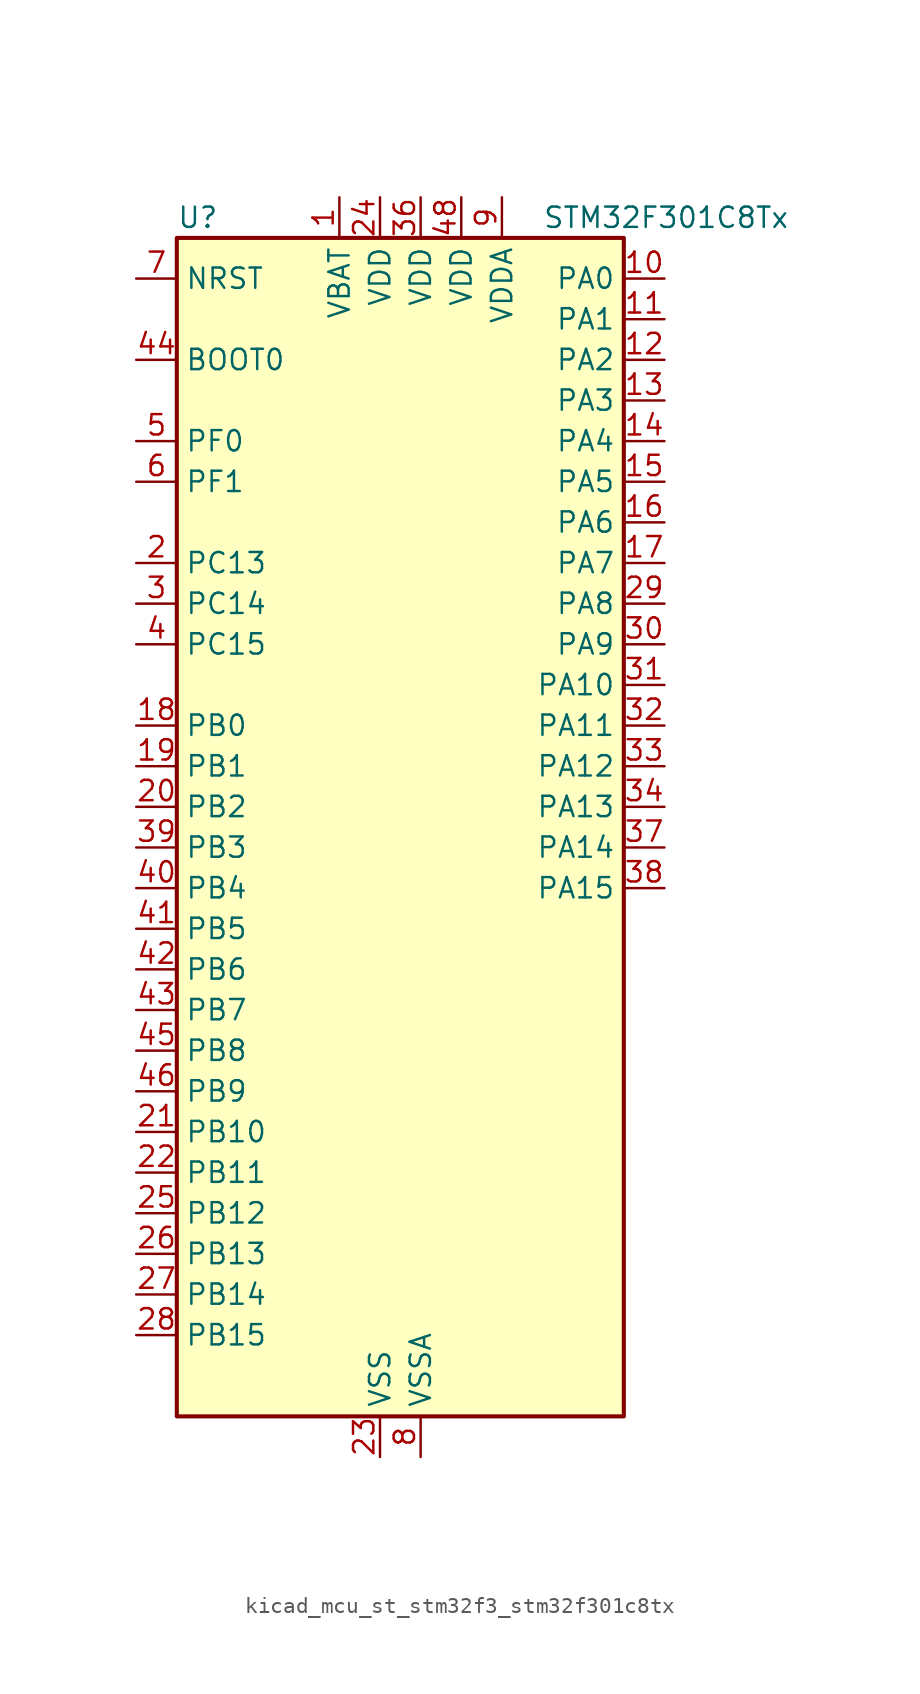
<source format=kicad_sym>
(kicad_symbol_lib
  (version 20220914)
  (generator kicad_symbol_editor)
  (symbol "kicad_mcu_st_stm32f3_stm32f301c8tx"
    (property "Reference" "U"
      (at -12.7 39.37 0)
      (effects (font (size 1.27 1.27)) (justify left)))
    (property "Value" "STM32F301C8Tx"
      (at 10.16 39.37 0)
      (effects (font (size 1.27 1.27)) (justify left)))
    (property "ki_locked" ""
      (at 0 0 0)
      (effects (font (size 1.27 1.27))))
    (symbol "kicad_mcu_st_stm32f3_stm32f301c8tx_0_1"
      (rectangle (start -12.7 -35.56) (end 15.24 38.1) (stroke (width 0.254) (type default)) (fill (type background))))
    (symbol "kicad_mcu_st_stm32f3_stm32f301c8tx_1_1"
      (pin power_in line (at -2.54 40.64 270) (length 2.54) (name "VBAT" (effects (font (size 1.27 1.27)))) (number "1" (effects (font (size 1.27 1.27)))))
      (pin bidirectional line (at 17.78 35.56 180) (length 2.54) (name "PA0" (effects (font (size 1.27 1.27)))) (number "10" (effects (font (size 1.27 1.27)))) (alternate "ADC1_IN1" bidirectional line) (alternate "RTC_TAMP2" bidirectional line) (alternate "SYS_WKUP1" bidirectional line) (alternate "TIM2_CH1" bidirectional line) (alternate "TIM2_ETR" bidirectional line) (alternate "TSC_G1_IO1" bidirectional line) (alternate "USART2_CTS" bidirectional line))
      (pin bidirectional line (at 17.78 33.02 180) (length 2.54) (name "PA1" (effects (font (size 1.27 1.27)))) (number "11" (effects (font (size 1.27 1.27)))) (alternate "ADC1_IN2" bidirectional line) (alternate "RTC_REFIN" bidirectional line) (alternate "TIM15_CH1N" bidirectional line) (alternate "TIM2_CH2" bidirectional line) (alternate "TSC_G1_IO2" bidirectional line) (alternate "USART2_DE" bidirectional line) (alternate "USART2_RTS" bidirectional line))
      (pin bidirectional line (at 17.78 30.48 180) (length 2.54) (name "PA2" (effects (font (size 1.27 1.27)))) (number "12" (effects (font (size 1.27 1.27)))) (alternate "ADC1_IN3" bidirectional line) (alternate "COMP2_INM" bidirectional line) (alternate "COMP2_OUT" bidirectional line) (alternate "TIM15_CH1" bidirectional line) (alternate "TIM2_CH3" bidirectional line) (alternate "TSC_G1_IO3" bidirectional line) (alternate "USART2_TX" bidirectional line))
      (pin bidirectional line (at 17.78 27.94 180) (length 2.54) (name "PA3" (effects (font (size 1.27 1.27)))) (number "13" (effects (font (size 1.27 1.27)))) (alternate "ADC1_IN4" bidirectional line) (alternate "TIM15_CH2" bidirectional line) (alternate "TIM2_CH4" bidirectional line) (alternate "TSC_G1_IO4" bidirectional line) (alternate "USART2_RX" bidirectional line))
      (pin bidirectional line (at 17.78 25.4 180) (length 2.54) (name "PA4" (effects (font (size 1.27 1.27)))) (number "14" (effects (font (size 1.27 1.27)))) (alternate "ADC1_IN5" bidirectional line) (alternate "COMP2_INM" bidirectional line) (alternate "COMP4_INM" bidirectional line) (alternate "COMP6_INM" bidirectional line) (alternate "DAC_OUT1" bidirectional line) (alternate "I2S3_WS" bidirectional line) (alternate "SPI3_NSS" bidirectional line) (alternate "TSC_G2_IO1" bidirectional line) (alternate "USART2_CK" bidirectional line))
      (pin bidirectional line (at 17.78 22.86 180) (length 2.54) (name "PA5" (effects (font (size 1.27 1.27)))) (number "15" (effects (font (size 1.27 1.27)))) (alternate "OPAMP2_VINM" bidirectional line) (alternate "OPAMP2_VINM_SEC" bidirectional line) (alternate "TIM2_CH1" bidirectional line) (alternate "TIM2_ETR" bidirectional line) (alternate "TSC_G2_IO2" bidirectional line))
      (pin bidirectional line (at 17.78 20.32 180) (length 2.54) (name "PA6" (effects (font (size 1.27 1.27)))) (number "16" (effects (font (size 1.27 1.27)))) (alternate "ADC1_IN10" bidirectional line) (alternate "OPAMP2_VOUT" bidirectional line) (alternate "TIM16_CH1" bidirectional line) (alternate "TIM1_BKIN" bidirectional line) (alternate "TSC_G2_IO3" bidirectional line))
      (pin bidirectional line (at 17.78 17.78 180) (length 2.54) (name "PA7" (effects (font (size 1.27 1.27)))) (number "17" (effects (font (size 1.27 1.27)))) (alternate "ADC1_IN15" bidirectional line) (alternate "COMP2_INP" bidirectional line) (alternate "OPAMP2_VINP" bidirectional line) (alternate "OPAMP2_VINP_SEC" bidirectional line) (alternate "TIM17_CH1" bidirectional line) (alternate "TIM1_CH1N" bidirectional line) (alternate "TSC_G2_IO4" bidirectional line))
      (pin bidirectional line (at -15.24 7.62 0) (length 2.54) (name "PB0" (effects (font (size 1.27 1.27)))) (number "18" (effects (font (size 1.27 1.27)))) (alternate "ADC1_IN11" bidirectional line) (alternate "COMP4_INP" bidirectional line) (alternate "OPAMP2_VINP" bidirectional line) (alternate "OPAMP2_VINP_SEC" bidirectional line) (alternate "TIM1_CH2N" bidirectional line) (alternate "TSC_G3_IO2" bidirectional line))
      (pin bidirectional line (at -15.24 5.08 0) (length 2.54) (name "PB1" (effects (font (size 1.27 1.27)))) (number "19" (effects (font (size 1.27 1.27)))) (alternate "ADC1_IN12" bidirectional line) (alternate "COMP4_OUT" bidirectional line) (alternate "TIM1_CH3N" bidirectional line) (alternate "TSC_G3_IO3" bidirectional line))
      (pin bidirectional line (at -15.24 17.78 0) (length 2.54) (name "PC13" (effects (font (size 1.27 1.27)))) (number "2" (effects (font (size 1.27 1.27)))) (alternate "RTC_OUT_ALARM" bidirectional line) (alternate "RTC_OUT_CALIB" bidirectional line) (alternate "RTC_TAMP1" bidirectional line) (alternate "RTC_TS" bidirectional line) (alternate "SYS_WKUP2" bidirectional line) (alternate "TIM1_CH1N" bidirectional line))
      (pin bidirectional line (at -15.24 2.54 0) (length 2.54) (name "PB2" (effects (font (size 1.27 1.27)))) (number "20" (effects (font (size 1.27 1.27)))) (alternate "COMP4_INM" bidirectional line) (alternate "TSC_G3_IO4" bidirectional line))
      (pin bidirectional line (at -15.24 -17.78 0) (length 2.54) (name "PB10" (effects (font (size 1.27 1.27)))) (number "21" (effects (font (size 1.27 1.27)))) (alternate "TIM2_CH3" bidirectional line) (alternate "TSC_SYNC" bidirectional line) (alternate "USART3_TX" bidirectional line))
      (pin bidirectional line (at -15.24 -20.32 0) (length 2.54) (name "PB11" (effects (font (size 1.27 1.27)))) (number "22" (effects (font (size 1.27 1.27)))) (alternate "ADC1_EXTI11" bidirectional line) (alternate "ADC1_IN14" bidirectional line) (alternate "COMP6_INP" bidirectional line) (alternate "TIM2_CH4" bidirectional line) (alternate "TSC_G6_IO1" bidirectional line) (alternate "USART3_RX" bidirectional line))
      (pin power_in line (at 0 -38.1 90) (length 2.54) (name "VSS" (effects (font (size 1.27 1.27)))) (number "23" (effects (font (size 1.27 1.27)))))
      (pin power_in line (at 0 40.64 270) (length 2.54) (name "VDD" (effects (font (size 1.27 1.27)))) (number "24" (effects (font (size 1.27 1.27)))))
      (pin bidirectional line (at -15.24 -22.86 0) (length 2.54) (name "PB12" (effects (font (size 1.27 1.27)))) (number "25" (effects (font (size 1.27 1.27)))) (alternate "I2C2_SMBA" bidirectional line) (alternate "I2S2_WS" bidirectional line) (alternate "SPI2_NSS" bidirectional line) (alternate "TIM1_BKIN" bidirectional line) (alternate "TSC_G6_IO2" bidirectional line) (alternate "USART3_CK" bidirectional line))
      (pin bidirectional line (at -15.24 -25.4 0) (length 2.54) (name "PB13" (effects (font (size 1.27 1.27)))) (number "26" (effects (font (size 1.27 1.27)))) (alternate "ADC1_IN13" bidirectional line) (alternate "I2S2_CK" bidirectional line) (alternate "SPI2_SCK" bidirectional line) (alternate "TIM1_CH1N" bidirectional line) (alternate "TSC_G6_IO3" bidirectional line) (alternate "USART3_CTS" bidirectional line))
      (pin bidirectional line (at -15.24 -27.94 0) (length 2.54) (name "PB14" (effects (font (size 1.27 1.27)))) (number "27" (effects (font (size 1.27 1.27)))) (alternate "I2S2_ext_SD" bidirectional line) (alternate "OPAMP2_VINP" bidirectional line) (alternate "OPAMP2_VINP_SEC" bidirectional line) (alternate "SPI2_MISO" bidirectional line) (alternate "TIM15_CH1" bidirectional line) (alternate "TIM1_CH2N" bidirectional line) (alternate "TSC_G6_IO4" bidirectional line) (alternate "USART3_DE" bidirectional line) (alternate "USART3_RTS" bidirectional line))
      (pin bidirectional line (at -15.24 -30.48 0) (length 2.54) (name "PB15" (effects (font (size 1.27 1.27)))) (number "28" (effects (font (size 1.27 1.27)))) (alternate "ADC1_EXTI15" bidirectional line) (alternate "COMP6_INM" bidirectional line) (alternate "I2S2_SD" bidirectional line) (alternate "RTC_REFIN" bidirectional line) (alternate "SPI2_MOSI" bidirectional line) (alternate "TIM15_CH1N" bidirectional line) (alternate "TIM15_CH2" bidirectional line) (alternate "TIM1_CH3N" bidirectional line))
      (pin bidirectional line (at 17.78 15.24 180) (length 2.54) (name "PA8" (effects (font (size 1.27 1.27)))) (number "29" (effects (font (size 1.27 1.27)))) (alternate "I2C2_SMBA" bidirectional line) (alternate "I2C3_SCL" bidirectional line) (alternate "I2S2_MCK" bidirectional line) (alternate "RCC_MCO" bidirectional line) (alternate "TIM1_CH1" bidirectional line) (alternate "USART1_CK" bidirectional line))
      (pin bidirectional line (at -15.24 15.24 0) (length 2.54) (name "PC14" (effects (font (size 1.27 1.27)))) (number "3" (effects (font (size 1.27 1.27)))) (alternate "RCC_OSC32_IN" bidirectional line))
      (pin bidirectional line (at 17.78 12.7 180) (length 2.54) (name "PA9" (effects (font (size 1.27 1.27)))) (number "30" (effects (font (size 1.27 1.27)))) (alternate "DAC_EXTI9" bidirectional line) (alternate "I2C2_SCL" bidirectional line) (alternate "I2C3_SMBA" bidirectional line) (alternate "I2S3_MCK" bidirectional line) (alternate "TIM15_BKIN" bidirectional line) (alternate "TIM1_CH2" bidirectional line) (alternate "TIM2_CH3" bidirectional line) (alternate "TSC_G4_IO1" bidirectional line) (alternate "USART1_TX" bidirectional line))
      (pin bidirectional line (at 17.78 10.16 180) (length 2.54) (name "PA10" (effects (font (size 1.27 1.27)))) (number "31" (effects (font (size 1.27 1.27)))) (alternate "COMP6_OUT" bidirectional line) (alternate "I2C2_SDA" bidirectional line) (alternate "I2S2_ext_SD" bidirectional line) (alternate "SPI2_MISO" bidirectional line) (alternate "TIM17_BKIN" bidirectional line) (alternate "TIM1_CH3" bidirectional line) (alternate "TIM2_CH4" bidirectional line) (alternate "TSC_G4_IO2" bidirectional line) (alternate "USART1_RX" bidirectional line))
      (pin bidirectional line (at 17.78 7.62 180) (length 2.54) (name "PA11" (effects (font (size 1.27 1.27)))) (number "32" (effects (font (size 1.27 1.27)))) (alternate "ADC1_EXTI11" bidirectional line) (alternate "I2S2_SD" bidirectional line) (alternate "SPI2_MOSI" bidirectional line) (alternate "TIM1_BKIN2" bidirectional line) (alternate "TIM1_CH1N" bidirectional line) (alternate "TIM1_CH4" bidirectional line) (alternate "USART1_CTS" bidirectional line))
      (pin bidirectional line (at 17.78 5.08 180) (length 2.54) (name "PA12" (effects (font (size 1.27 1.27)))) (number "33" (effects (font (size 1.27 1.27)))) (alternate "COMP2_OUT" bidirectional line) (alternate "I2S_CKIN" bidirectional line) (alternate "TIM16_CH1" bidirectional line) (alternate "TIM1_CH2N" bidirectional line) (alternate "TIM1_ETR" bidirectional line) (alternate "USART1_DE" bidirectional line) (alternate "USART1_RTS" bidirectional line))
      (pin bidirectional line (at 17.78 2.54 180) (length 2.54) (name "PA13" (effects (font (size 1.27 1.27)))) (number "34" (effects (font (size 1.27 1.27)))) (alternate "IR_OUT" bidirectional line) (alternate "SYS_JTMS-SWDIO" bidirectional line) (alternate "TIM16_CH1N" bidirectional line) (alternate "TSC_G4_IO3" bidirectional line) (alternate "USART3_CTS" bidirectional line))
      (pin passive line (at 0 -38.1 90) (length 2.54) hide (name "VSS" (effects (font (size 1.27 1.27)))) (number "35" (effects (font (size 1.27 1.27)))))
      (pin power_in line (at 2.54 40.64 270) (length 2.54) (name "VDD" (effects (font (size 1.27 1.27)))) (number "36" (effects (font (size 1.27 1.27)))))
      (pin bidirectional line (at 17.78 0 180) (length 2.54) (name "PA14" (effects (font (size 1.27 1.27)))) (number "37" (effects (font (size 1.27 1.27)))) (alternate "I2C1_SDA" bidirectional line) (alternate "SYS_JTCK-SWCLK" bidirectional line) (alternate "TIM1_BKIN" bidirectional line) (alternate "TSC_G4_IO4" bidirectional line) (alternate "USART2_TX" bidirectional line))
      (pin bidirectional line (at 17.78 -2.54 180) (length 2.54) (name "PA15" (effects (font (size 1.27 1.27)))) (number "38" (effects (font (size 1.27 1.27)))) (alternate "ADC1_EXTI15" bidirectional line) (alternate "I2C1_SCL" bidirectional line) (alternate "I2S3_WS" bidirectional line) (alternate "SPI3_NSS" bidirectional line) (alternate "SYS_JTDI" bidirectional line) (alternate "TIM1_BKIN" bidirectional line) (alternate "TIM2_CH1" bidirectional line) (alternate "TIM2_ETR" bidirectional line) (alternate "TSC_SYNC" bidirectional line) (alternate "USART2_RX" bidirectional line))
      (pin bidirectional line (at -15.24 0 0) (length 2.54) (name "PB3" (effects (font (size 1.27 1.27)))) (number "39" (effects (font (size 1.27 1.27)))) (alternate "I2S3_CK" bidirectional line) (alternate "SPI3_SCK" bidirectional line) (alternate "SYS_JTDO-TRACESWO" bidirectional line) (alternate "TIM2_CH2" bidirectional line) (alternate "TSC_G5_IO1" bidirectional line) (alternate "USART2_TX" bidirectional line))
      (pin bidirectional line (at -15.24 12.7 0) (length 2.54) (name "PC15" (effects (font (size 1.27 1.27)))) (number "4" (effects (font (size 1.27 1.27)))) (alternate "ADC1_EXTI15" bidirectional line) (alternate "RCC_OSC32_OUT" bidirectional line))
      (pin bidirectional line (at -15.24 -2.54 0) (length 2.54) (name "PB4" (effects (font (size 1.27 1.27)))) (number "40" (effects (font (size 1.27 1.27)))) (alternate "I2S3_ext_SD" bidirectional line) (alternate "SPI3_MISO" bidirectional line) (alternate "SYS_NJTRST" bidirectional line) (alternate "TIM16_CH1" bidirectional line) (alternate "TIM17_BKIN" bidirectional line) (alternate "TSC_G5_IO2" bidirectional line) (alternate "USART2_RX" bidirectional line))
      (pin bidirectional line (at -15.24 -5.08 0) (length 2.54) (name "PB5" (effects (font (size 1.27 1.27)))) (number "41" (effects (font (size 1.27 1.27)))) (alternate "I2C1_SMBA" bidirectional line) (alternate "I2C3_SDA" bidirectional line) (alternate "I2S3_SD" bidirectional line) (alternate "SPI3_MOSI" bidirectional line) (alternate "TIM16_BKIN" bidirectional line) (alternate "TIM17_CH1" bidirectional line) (alternate "USART2_CK" bidirectional line))
      (pin bidirectional line (at -15.24 -7.62 0) (length 2.54) (name "PB6" (effects (font (size 1.27 1.27)))) (number "42" (effects (font (size 1.27 1.27)))) (alternate "I2C1_SCL" bidirectional line) (alternate "TIM16_CH1N" bidirectional line) (alternate "TSC_G5_IO3" bidirectional line) (alternate "USART1_TX" bidirectional line))
      (pin bidirectional line (at -15.24 -10.16 0) (length 2.54) (name "PB7" (effects (font (size 1.27 1.27)))) (number "43" (effects (font (size 1.27 1.27)))) (alternate "I2C1_SDA" bidirectional line) (alternate "TIM17_CH1N" bidirectional line) (alternate "TSC_G5_IO4" bidirectional line) (alternate "USART1_RX" bidirectional line))
      (pin input line (at -15.24 30.48 0) (length 2.54) (name "BOOT0" (effects (font (size 1.27 1.27)))) (number "44" (effects (font (size 1.27 1.27)))))
      (pin bidirectional line (at -15.24 -12.7 0) (length 2.54) (name "PB8" (effects (font (size 1.27 1.27)))) (number "45" (effects (font (size 1.27 1.27)))) (alternate "I2C1_SCL" bidirectional line) (alternate "TIM16_CH1" bidirectional line) (alternate "TIM1_BKIN" bidirectional line) (alternate "TSC_SYNC" bidirectional line) (alternate "USART3_RX" bidirectional line))
      (pin bidirectional line (at -15.24 -15.24 0) (length 2.54) (name "PB9" (effects (font (size 1.27 1.27)))) (number "46" (effects (font (size 1.27 1.27)))) (alternate "COMP2_OUT" bidirectional line) (alternate "DAC_EXTI9" bidirectional line) (alternate "I2C1_SDA" bidirectional line) (alternate "IR_OUT" bidirectional line) (alternate "TIM17_CH1" bidirectional line) (alternate "USART3_TX" bidirectional line))
      (pin passive line (at 0 -38.1 90) (length 2.54) hide (name "VSS" (effects (font (size 1.27 1.27)))) (number "47" (effects (font (size 1.27 1.27)))))
      (pin power_in line (at 5.08 40.64 270) (length 2.54) (name "VDD" (effects (font (size 1.27 1.27)))) (number "48" (effects (font (size 1.27 1.27)))))
      (pin bidirectional line (at -15.24 25.4 0) (length 2.54) (name "PF0" (effects (font (size 1.27 1.27)))) (number "5" (effects (font (size 1.27 1.27)))) (alternate "I2C2_SDA" bidirectional line) (alternate "I2S2_WS" bidirectional line) (alternate "RCC_OSC_IN" bidirectional line) (alternate "SPI2_NSS" bidirectional line) (alternate "TIM1_CH3N" bidirectional line))
      (pin bidirectional line (at -15.24 22.86 0) (length 2.54) (name "PF1" (effects (font (size 1.27 1.27)))) (number "6" (effects (font (size 1.27 1.27)))) (alternate "I2C2_SCL" bidirectional line) (alternate "I2S2_CK" bidirectional line) (alternate "RCC_OSC_OUT" bidirectional line) (alternate "SPI2_SCK" bidirectional line))
      (pin input line (at -15.24 35.56 0) (length 2.54) (name "NRST" (effects (font (size 1.27 1.27)))) (number "7" (effects (font (size 1.27 1.27)))))
      (pin power_in line (at 2.54 -38.1 90) (length 2.54) (name "VSSA" (effects (font (size 1.27 1.27)))) (number "8" (effects (font (size 1.27 1.27)))))
      (pin power_in line (at 7.62 40.64 270) (length 2.54) (name "VDDA" (effects (font (size 1.27 1.27)))) (number "9" (effects (font (size 1.27 1.27))))))))
</source>
